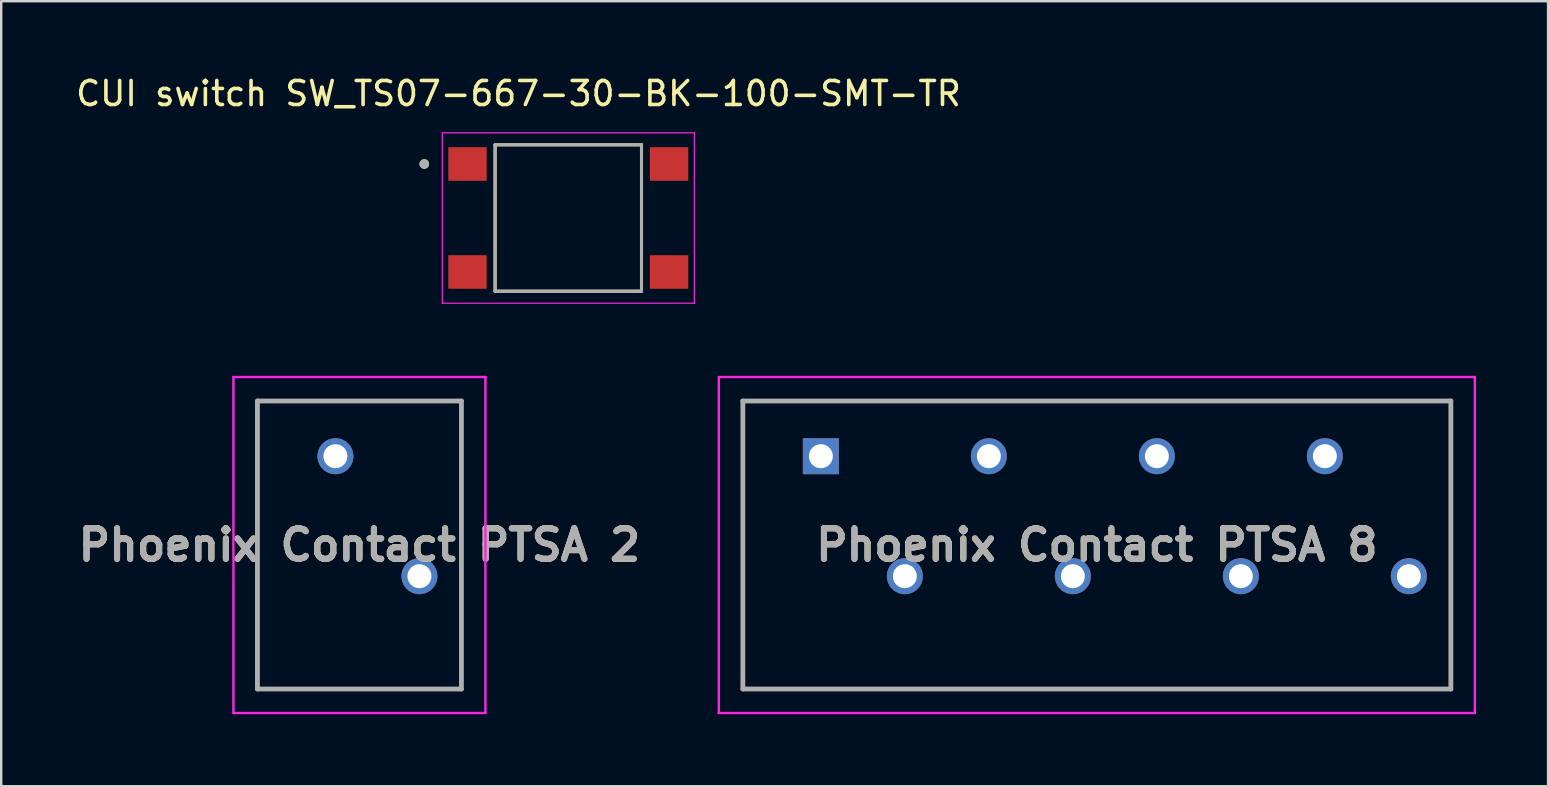
<source format=kicad_pcb>
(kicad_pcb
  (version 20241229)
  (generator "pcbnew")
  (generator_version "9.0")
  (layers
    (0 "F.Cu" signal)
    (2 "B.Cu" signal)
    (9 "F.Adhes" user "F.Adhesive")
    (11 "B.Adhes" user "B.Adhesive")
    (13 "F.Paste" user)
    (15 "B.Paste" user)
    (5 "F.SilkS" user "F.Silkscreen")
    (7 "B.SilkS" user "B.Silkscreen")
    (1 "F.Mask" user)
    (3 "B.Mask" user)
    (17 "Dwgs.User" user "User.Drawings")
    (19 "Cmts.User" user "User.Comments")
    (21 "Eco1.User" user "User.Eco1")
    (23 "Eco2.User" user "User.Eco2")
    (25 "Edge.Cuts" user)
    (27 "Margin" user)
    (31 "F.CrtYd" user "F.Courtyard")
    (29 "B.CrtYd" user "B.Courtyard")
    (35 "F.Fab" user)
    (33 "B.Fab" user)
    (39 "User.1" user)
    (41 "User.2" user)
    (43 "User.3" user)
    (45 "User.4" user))
  (footprint "Phoenix Contact PTSA 8"
    (layer "F.Cu")
    (at 31.152 15.958)
    (property "Reference" "Phoenix Contact PTSA 8" (at 11.5 3.7 0) (layer "F.SilkS") (effects (font (size 1.27 1.27) (thickness 0.254))))
    (attr through_hole)
    (fp_line (start -3.25 -2.3) (end 26.25 -2.3) (stroke (width 0.1) (type solid)) (layer "F.SilkS"))
    (fp_line (start -3.25 9.7) (end -3.25 -2.3) (stroke (width 0.1) (type solid)) (layer "F.SilkS"))
    (fp_line (start 26.25 -2.3) (end 26.25 9.7) (stroke (width 0.1) (type solid)) (layer "F.SilkS"))
    (fp_line (start 26.25 9.7) (end -3.25 9.7) (stroke (width 0.1) (type solid)) (layer "F.SilkS"))
    (fp_line (start -4.25 -3.3) (end 27.25 -3.3) (stroke (width 0.1) (type solid)) (layer "F.CrtYd"))
    (fp_line (start -4.25 10.7) (end -4.25 -3.3) (stroke (width 0.1) (type solid)) (layer "F.CrtYd"))
    (fp_line (start 27.25 -3.3) (end 27.25 10.7) (stroke (width 0.1) (type solid)) (layer "F.CrtYd"))
    (fp_line (start 27.25 10.7) (end -4.25 10.7) (stroke (width 0.1) (type solid)) (layer "F.CrtYd"))
    (fp_line (start -3.25 -2.3) (end 26.25 -2.3) (stroke (width 0.2) (type solid)) (layer "F.Fab"))
    (fp_line (start -3.25 9.7) (end -3.25 -2.3) (stroke (width 0.2) (type solid)) (layer "F.Fab"))
    (fp_line (start 26.25 -2.3) (end 26.25 9.7) (stroke (width 0.2) (type solid)) (layer "F.Fab"))
    (fp_line (start 26.25 9.7) (end -3.25 9.7) (stroke (width 0.2) (type solid)) (layer "F.Fab"))
    (fp_text user "${REFERENCE}" (at 11.5 3.7 0) (layer "F.Fab") (effects (font (size 1.27 1.27) (thickness 0.254))))
    (pad "1" thru_hole rect (at 0 0) (size 1.5 1.5) (drill 1) (layers "*.Cu" "*.Mask"))
    (pad "2" thru_hole circle (at 3.5 5) (size 1.5 1.5) (drill 1) (layers "*.Cu" "*.Mask"))
    (pad "3" thru_hole circle (at 7 0) (size 1.5 1.5) (drill 1) (layers "*.Cu" "*.Mask"))
    (pad "4" thru_hole circle (at 10.5 5) (size 1.5 1.5) (drill 1) (layers "*.Cu" "*.Mask"))
    (pad "5" thru_hole circle (at 14 0) (size 1.5 1.5) (drill 1) (layers "*.Cu" "*.Mask"))
    (pad "6" thru_hole circle (at 17.5 5) (size 1.5 1.5) (drill 1) (layers "*.Cu" "*.Mask"))
    (pad "7" thru_hole circle (at 21 0) (size 1.5 1.5) (drill 1) (layers "*.Cu" "*.Mask"))
    (pad "8" thru_hole circle (at 24.5 5) (size 1.5 1.5) (drill 1) (layers "*.Cu" "*.Mask")))
  (footprint "Phoenix Contact PTSA 2"
    (layer "F.Cu")
    (at 7.676 15.958)
    (property "Reference" "Phoenix Contact PTSA 2" (at 4.25 3.7 0) (layer "F.SilkS") (effects (font (size 1.27 1.27) (thickness 0.254))))
    (attr through_hole)
    (fp_line (start 0 -2.3) (end 0 -2.3) (stroke (width 0.1) (type solid)) (layer "F.SilkS"))
    (fp_line (start 0 -2.3) (end 8.5 -2.3) (stroke (width 0.1) (type solid)) (layer "F.SilkS"))
    (fp_line (start 0 9.7) (end 0 -2.3) (stroke (width 0.1) (type solid)) (layer "F.SilkS"))
    (fp_line (start 8.5 -2.3) (end 8.5 9.7) (stroke (width 0.1) (type solid)) (layer "F.SilkS"))
    (fp_line (start 8.5 9.7) (end 0 9.7) (stroke (width 0.1) (type solid)) (layer "F.SilkS"))
    (fp_line (start -1 -3.3) (end 9.5 -3.3) (stroke (width 0.1) (type solid)) (layer "F.CrtYd"))
    (fp_line (start -1 10.7) (end -1 -3.3) (stroke (width 0.1) (type solid)) (layer "F.CrtYd"))
    (fp_line (start 9.5 -3.3) (end 9.5 10.7) (stroke (width 0.1) (type solid)) (layer "F.CrtYd"))
    (fp_line (start 9.5 10.7) (end -1 10.7) (stroke (width 0.1) (type solid)) (layer "F.CrtYd"))
    (fp_line (start 0 -2.3) (end 8.5 -2.3) (stroke (width 0.2) (type solid)) (layer "F.Fab"))
    (fp_line (start 0 9.7) (end 0 -2.3) (stroke (width 0.2) (type solid)) (layer "F.Fab"))
    (fp_line (start 8.5 -2.3) (end 8.5 9.7) (stroke (width 0.2) (type solid)) (layer "F.Fab"))
    (fp_line (start 8.5 9.7) (end 0 9.7) (stroke (width 0.2) (type solid)) (layer "F.Fab"))
    (fp_text user "${REFERENCE}" (at 4.25 3.7 0) (layer "F.Fab") (effects (font (size 1.27 1.27) (thickness 0.254))))
    (pad "1" thru_hole circle (at 6.75 5) (size 1.5 1.5) (drill 1) (layers "*.Cu" "*.Mask"))
    (pad "2" thru_hole circle (at 3.25 0) (size 1.5 1.5) (drill 1) (layers "*.Cu" "*.Mask")))
  (footprint "CUI switch SW_TS07-667-30-BK-100-SMT-TR"
    (layer "F.Cu")
    (at 20.629 6.033)
    (property "Reference" "CUI switch SW_TS07-667-30-BK-100-SMT-TR" (at -2.075 -5.185 0) (layer "F.SilkS") (effects (font (size 1 1) (thickness 0.15))))
    (attr smd)
    (fp_line (start -3.05 -3.05) (end -3.05 3.05) (stroke (width 0.127) (type solid)) (layer "F.SilkS"))
    (fp_line (start -3.05 3.05) (end 3.05 3.05) (stroke (width 0.127) (type solid)) (layer "F.SilkS"))
    (fp_line (start 3.05 -3.05) (end -3.05 -3.05) (stroke (width 0.127) (type solid)) (layer "F.SilkS"))
    (fp_line (start 3.05 3.05) (end 3.05 -3.05) (stroke (width 0.127) (type solid)) (layer "F.SilkS"))
    (fp_circle (center -6 -2.25) (end -5.9 -2.25) (stroke (width 0.2) (type solid)) (fill no) (layer "F.SilkS"))
    (fp_line (start -5.25 -3.55) (end -5.25 3.55) (stroke (width 0.05) (type solid)) (layer "F.CrtYd"))
    (fp_line (start -5.25 3.55) (end 5.25 3.55) (stroke (width 0.05) (type solid)) (layer "F.CrtYd"))
    (fp_line (start 5.25 -3.55) (end -5.25 -3.55) (stroke (width 0.05) (type solid)) (layer "F.CrtYd"))
    (fp_line (start 5.25 3.55) (end 5.25 -3.55) (stroke (width 0.05) (type solid)) (layer "F.CrtYd"))
    (fp_line (start -3.05 -3.05) (end -3.05 3.05) (stroke (width 0.127) (type solid)) (layer "F.Fab"))
    (fp_line (start -3.05 3.05) (end 3.05 3.05) (stroke (width 0.127) (type solid)) (layer "F.Fab"))
    (fp_line (start 3.05 -3.05) (end -3.05 -3.05) (stroke (width 0.127) (type solid)) (layer "F.Fab"))
    (fp_line (start 3.05 3.05) (end 3.05 -3.05) (stroke (width 0.127) (type solid)) (layer "F.Fab"))
    (fp_circle (center -6 -2.25) (end -5.9 -2.25) (stroke (width 0.2) (type solid)) (fill no) (layer "F.Fab"))
    (pad "1" smd rect (at -4.2 -2.25) (size 1.6 1.4) (layers "F.Cu" "F.Mask" "F.Paste"))
    (pad "2" smd rect (at -4.2 2.25) (size 1.6 1.4) (layers "F.Cu" "F.Mask" "F.Paste"))
    (pad "3" smd rect (at 4.2 -2.25) (size 1.6 1.4) (layers "F.Cu" "F.Mask" "F.Paste"))
    (pad "4" smd rect (at 4.2 2.25) (size 1.6 1.4) (layers "F.Cu" "F.Mask" "F.Paste")))
  (gr_rect
    (start -3 -3)
    (end 61.452 29.708)
    (stroke (width 0.1) (type default))
    (fill no)
    (layer "Edge.Cuts")))
</source>
